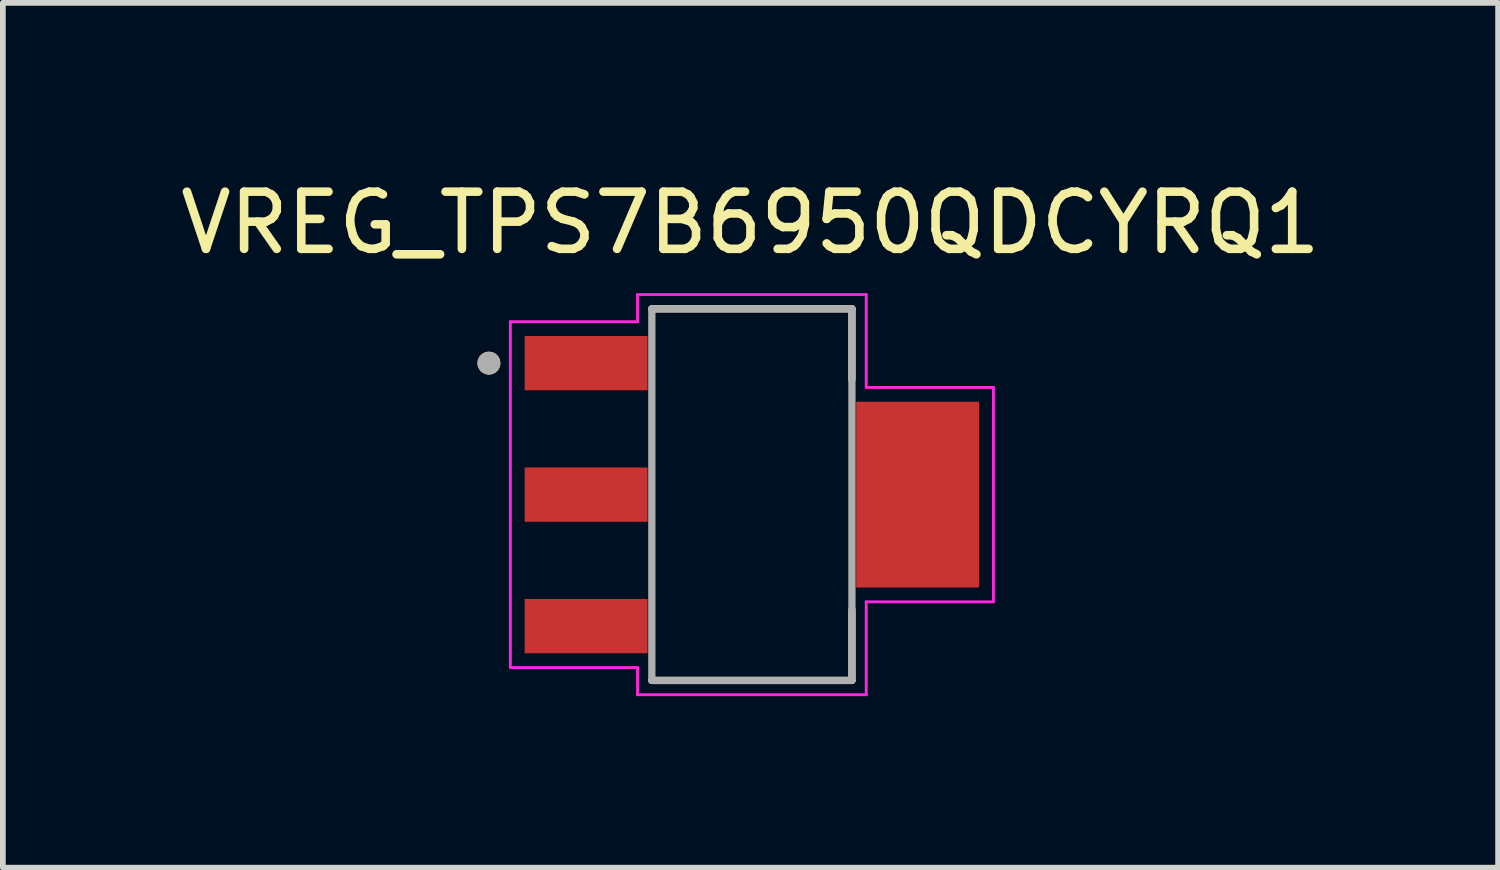
<source format=kicad_pcb>
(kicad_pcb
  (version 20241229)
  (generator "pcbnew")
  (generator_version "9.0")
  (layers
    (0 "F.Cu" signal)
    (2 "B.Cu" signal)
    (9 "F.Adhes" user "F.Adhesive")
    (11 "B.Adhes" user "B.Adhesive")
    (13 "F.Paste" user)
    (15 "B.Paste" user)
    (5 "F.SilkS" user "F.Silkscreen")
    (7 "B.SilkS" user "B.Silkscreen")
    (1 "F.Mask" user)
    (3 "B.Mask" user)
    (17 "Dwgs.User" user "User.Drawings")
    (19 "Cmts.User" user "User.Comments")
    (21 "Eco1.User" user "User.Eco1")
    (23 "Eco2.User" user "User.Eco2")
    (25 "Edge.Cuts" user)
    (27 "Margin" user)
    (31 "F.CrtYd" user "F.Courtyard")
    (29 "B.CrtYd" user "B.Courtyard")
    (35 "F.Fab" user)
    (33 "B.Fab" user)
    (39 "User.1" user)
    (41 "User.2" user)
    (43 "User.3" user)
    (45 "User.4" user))
  (footprint "VREG_TPS7B6950QDCYRQ1"
    (layer "F.Cu")
    (at 10.102 5.602)
    (property "Reference" "VREG_TPS7B6950QDCYRQ1" (at -0.025 -4.754 0) (layer "F.SilkS") (effects (font (size 1 1) (thickness 0.15))))
    (attr smd)
    (fp_line (start -1.75 -3.25) (end 1.75 -3.25) (stroke (width 0.127) (type solid)) (layer "F.SilkS"))
    (fp_line (start -1.75 3.25) (end 1.75 3.25) (stroke (width 0.127) (type solid)) (layer "F.SilkS"))
    (fp_line (start 1.75 -3.25) (end 1.75 -2.01) (stroke (width 0.127) (type solid)) (layer "F.SilkS"))
    (fp_line (start 1.75 3.25) (end 1.75 2.01) (stroke (width 0.127) (type solid)) (layer "F.SilkS"))
    (fp_circle (center -4.6 -2.3) (end -4.5 -2.3) (stroke (width 0.2) (type solid)) (fill no) (layer "F.SilkS"))
    (fp_line (start -4.225 -3.025) (end -4.225 3.025) (stroke (width 0.05) (type solid)) (layer "F.CrtYd"))
    (fp_line (start -4.225 3.025) (end -2 3.025) (stroke (width 0.05) (type solid)) (layer "F.CrtYd"))
    (fp_line (start -2 -3.5) (end -2 -3.025) (stroke (width 0.05) (type solid)) (layer "F.CrtYd"))
    (fp_line (start -2 -3.025) (end -4.225 -3.025) (stroke (width 0.05) (type solid)) (layer "F.CrtYd"))
    (fp_line (start -2 3.025) (end -2 3.5) (stroke (width 0.05) (type solid)) (layer "F.CrtYd"))
    (fp_line (start -2 3.5) (end 2 3.5) (stroke (width 0.05) (type solid)) (layer "F.CrtYd"))
    (fp_line (start 2 -3.5) (end -2 -3.5) (stroke (width 0.05) (type solid)) (layer "F.CrtYd"))
    (fp_line (start 2 -1.875) (end 2 -3.5) (stroke (width 0.05) (type solid)) (layer "F.CrtYd"))
    (fp_line (start 2 1.875) (end 4.225 1.875) (stroke (width 0.05) (type solid)) (layer "F.CrtYd"))
    (fp_line (start 2 3.5) (end 2 1.875) (stroke (width 0.05) (type solid)) (layer "F.CrtYd"))
    (fp_line (start 4.225 -1.875) (end 2 -1.875) (stroke (width 0.05) (type solid)) (layer "F.CrtYd"))
    (fp_line (start 4.225 1.875) (end 4.225 -1.875) (stroke (width 0.05) (type solid)) (layer "F.CrtYd"))
    (fp_line (start -1.75 -3.25) (end -1.75 3.25) (stroke (width 0.127) (type solid)) (layer "F.Fab"))
    (fp_line (start 1.75 -3.25) (end -1.75 -3.25) (stroke (width 0.127) (type solid)) (layer "F.Fab"))
    (fp_line (start 1.75 -3.25) (end 1.75 3.25) (stroke (width 0.127) (type solid)) (layer "F.Fab"))
    (fp_line (start 1.75 3.25) (end -1.75 3.25) (stroke (width 0.127) (type solid)) (layer "F.Fab"))
    (fp_circle (center -4.6 -2.3) (end -4.5 -2.3) (stroke (width 0.2) (type solid)) (fill no) (layer "F.Fab"))
    (pad "1" smd rect (at -2.9 -2.3 270) (size 0.95 2.15) (layers "F.Cu" "F.Mask" "F.Paste"))
    (pad "2" smd rect (at -2.9 0 270) (size 0.95 2.15) (layers "F.Cu" "F.Mask" "F.Paste"))
    (pad "3" smd rect (at -2.9 2.3 270) (size 0.95 2.15) (layers "F.Cu" "F.Mask" "F.Paste"))
    (pad "4" smd rect (at 2.9 0 270) (size 3.25 2.15) (layers "F.Cu" "F.Mask" "F.Paste")))
  (gr_rect
    (start -3 -3)
    (end 23.155 12.127)
    (stroke (width 0.1) (type default))
    (fill no)
    (layer "Edge.Cuts")))
</source>
